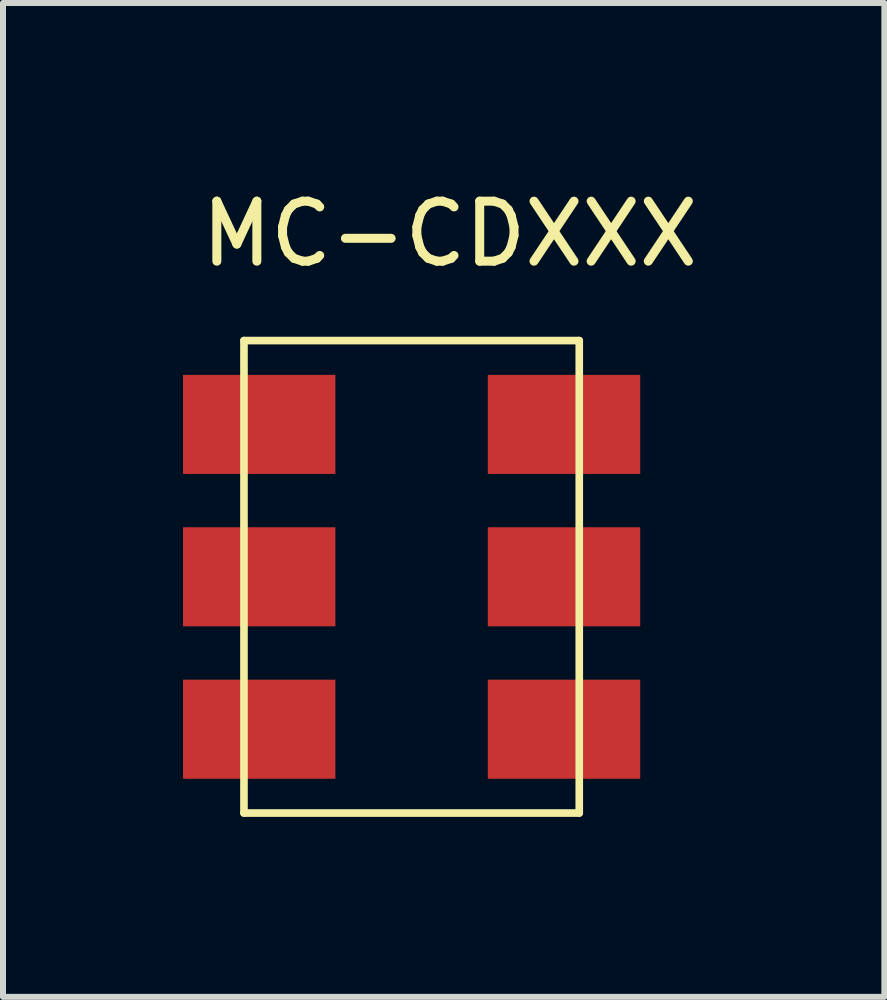
<source format=kicad_pcb>
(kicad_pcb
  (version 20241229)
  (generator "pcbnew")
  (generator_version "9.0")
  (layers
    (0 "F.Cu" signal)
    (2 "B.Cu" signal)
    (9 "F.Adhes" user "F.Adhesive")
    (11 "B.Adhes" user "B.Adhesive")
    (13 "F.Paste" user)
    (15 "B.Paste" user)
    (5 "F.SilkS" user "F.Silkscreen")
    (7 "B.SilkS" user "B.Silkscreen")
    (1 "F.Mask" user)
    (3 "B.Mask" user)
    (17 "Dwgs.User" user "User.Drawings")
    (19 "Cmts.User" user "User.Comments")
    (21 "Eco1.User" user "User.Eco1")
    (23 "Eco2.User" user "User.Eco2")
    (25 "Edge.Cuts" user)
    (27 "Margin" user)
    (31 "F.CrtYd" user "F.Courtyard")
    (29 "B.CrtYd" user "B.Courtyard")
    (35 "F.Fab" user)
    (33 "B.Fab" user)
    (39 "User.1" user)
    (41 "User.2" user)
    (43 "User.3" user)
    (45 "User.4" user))
  (footprint "MC-CDXXX"
    (layer "F.Cu")
    (at 3.81 6.563)
    (property "Reference" "MC-CDXXX" (at 0.635 -5.715 0) (layer "F.SilkS") (effects (font (size 1 1) (thickness 0.15))))
    (attr smd)
    (fp_line (start -2.794 -3.937) (end 2.794 -3.937) (stroke (width 0.127) (type solid)) (layer "F.SilkS"))
    (fp_line (start -2.794 3.937) (end -2.794 -3.937) (stroke (width 0.127) (type solid)) (layer "F.SilkS"))
    (fp_line (start -2.794 3.937) (end 2.794 3.937) (stroke (width 0.127) (type solid)) (layer "F.SilkS"))
    (fp_line (start 2.794 3.937) (end 2.794 -3.937) (stroke (width 0.127) (type solid)) (layer "F.SilkS"))
    (pad "1" smd rect (at -2.54 -2.54) (size 2.54 1.651) (layers "F.Cu" "F.Mask" "F.Paste"))
    (pad "2" smd rect (at -2.54 0) (size 2.54 1.651) (layers "F.Cu" "F.Mask" "F.Paste"))
    (pad "3" smd rect (at -2.54 2.54) (size 2.54 1.651) (layers "F.Cu" "F.Mask" "F.Paste"))
    (pad "4" smd rect (at 2.54 2.54) (size 2.54 1.651) (layers "F.Cu" "F.Mask" "F.Paste"))
    (pad "5" smd rect (at 2.54 0) (size 2.54 1.651) (layers "F.Cu" "F.Mask" "F.Paste"))
    (pad "6" smd rect (at 2.54 -2.54) (size 2.54 1.651) (layers "F.Cu" "F.Mask" "F.Paste")))
  (gr_rect
    (start -3 -3)
    (end 11.689 13.564)
    (stroke (width 0.1) (type default))
    (fill no)
    (layer "Edge.Cuts")))
</source>
